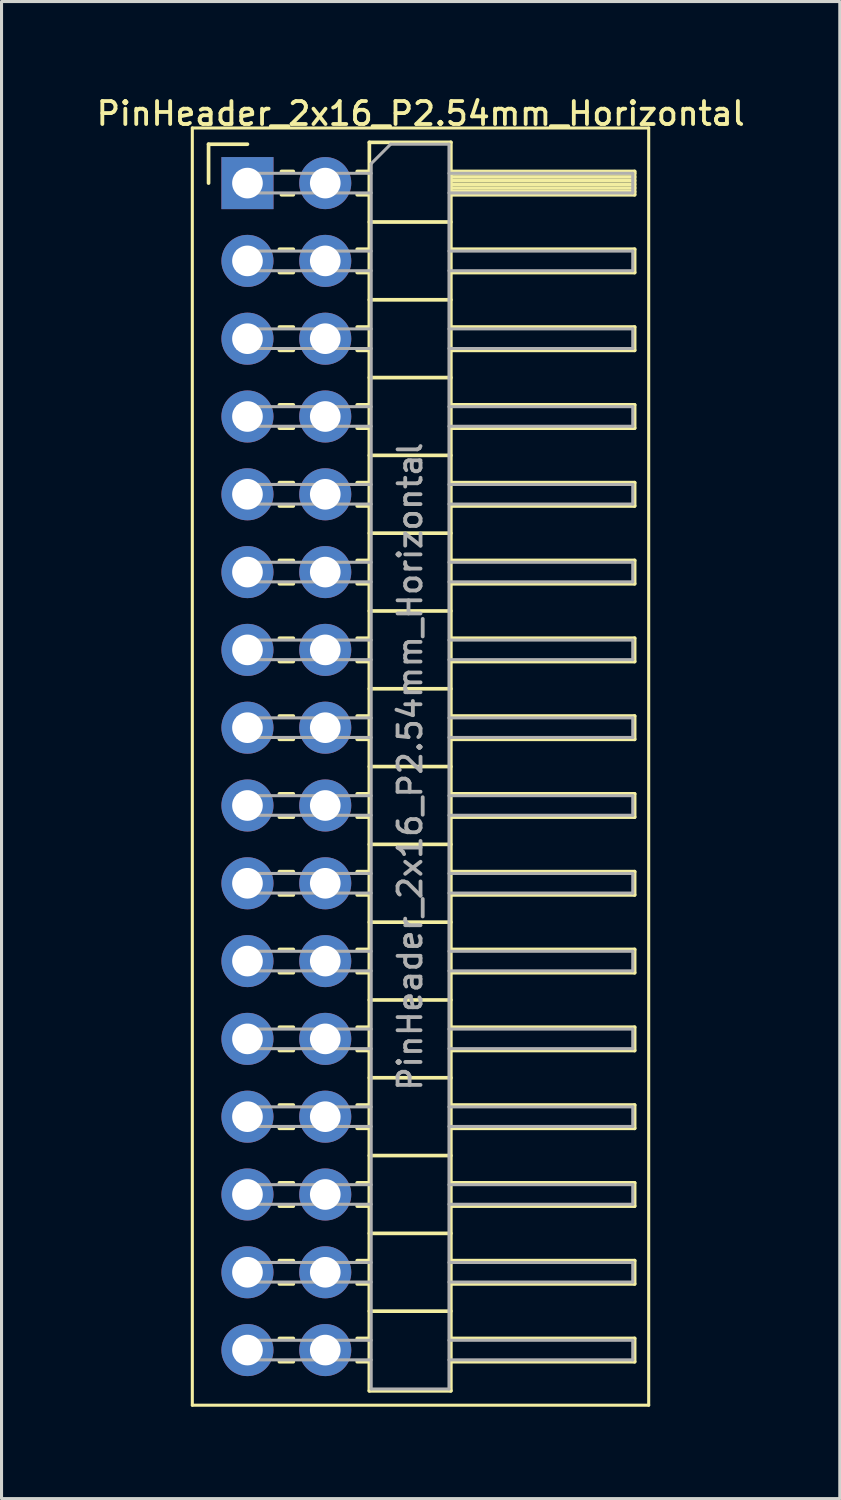
<source format=kicad_pcb>
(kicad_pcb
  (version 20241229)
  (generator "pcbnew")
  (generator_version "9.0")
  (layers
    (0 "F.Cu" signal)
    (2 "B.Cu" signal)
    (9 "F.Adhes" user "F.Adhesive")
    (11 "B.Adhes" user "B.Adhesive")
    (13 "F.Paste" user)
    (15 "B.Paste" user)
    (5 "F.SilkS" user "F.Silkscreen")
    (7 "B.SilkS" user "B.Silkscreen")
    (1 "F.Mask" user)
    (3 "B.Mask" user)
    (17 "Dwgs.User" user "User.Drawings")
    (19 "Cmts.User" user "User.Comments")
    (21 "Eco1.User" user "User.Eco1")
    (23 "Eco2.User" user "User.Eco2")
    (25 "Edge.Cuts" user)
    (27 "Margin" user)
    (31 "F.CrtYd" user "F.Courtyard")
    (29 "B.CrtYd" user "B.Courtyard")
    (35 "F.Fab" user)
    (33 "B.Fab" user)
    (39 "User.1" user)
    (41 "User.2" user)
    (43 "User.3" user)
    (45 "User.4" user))
  (footprint "PinHeader_2x16_P2.54mm_Horizontal"
    (layer "F.Cu")
    (at 5.029 2.928)
    (property "Reference" "PinHeader_2x16_P2.54mm_Horizontal" (at 5.655 -2.27 0) (layer "F.SilkS") (effects (font (size 0.75 0.75) (thickness 0.125))))
    (attr through_hole)
    (fp_line (start -1.8 -1.8) (end -1.8 39.9) (stroke (width 0.1) (type solid)) (layer "F.SilkS"))
    (fp_line (start -1.8 39.9) (end 13.1 39.9) (stroke (width 0.1) (type solid)) (layer "F.SilkS"))
    (fp_line (start -1.27 -1.27) (end 0 -1.27) (stroke (width 0.12) (type solid)) (layer "F.SilkS"))
    (fp_line (start -1.27 0) (end -1.27 -1.27) (stroke (width 0.12) (type solid)) (layer "F.SilkS"))
    (fp_line (start 1.043 2.16) (end 1.497 2.16) (stroke (width 0.12) (type solid)) (layer "F.SilkS"))
    (fp_line (start 1.043 2.92) (end 1.497 2.92) (stroke (width 0.12) (type solid)) (layer "F.SilkS"))
    (fp_line (start 1.043 4.7) (end 1.497 4.7) (stroke (width 0.12) (type solid)) (layer "F.SilkS"))
    (fp_line (start 1.043 5.46) (end 1.497 5.46) (stroke (width 0.12) (type solid)) (layer "F.SilkS"))
    (fp_line (start 1.043 7.24) (end 1.497 7.24) (stroke (width 0.12) (type solid)) (layer "F.SilkS"))
    (fp_line (start 1.043 8) (end 1.497 8) (stroke (width 0.12) (type solid)) (layer "F.SilkS"))
    (fp_line (start 1.043 9.78) (end 1.497 9.78) (stroke (width 0.12) (type solid)) (layer "F.SilkS"))
    (fp_line (start 1.043 10.54) (end 1.497 10.54) (stroke (width 0.12) (type solid)) (layer "F.SilkS"))
    (fp_line (start 1.043 12.32) (end 1.497 12.32) (stroke (width 0.12) (type solid)) (layer "F.SilkS"))
    (fp_line (start 1.043 13.08) (end 1.497 13.08) (stroke (width 0.12) (type solid)) (layer "F.SilkS"))
    (fp_line (start 1.043 14.86) (end 1.497 14.86) (stroke (width 0.12) (type solid)) (layer "F.SilkS"))
    (fp_line (start 1.043 15.62) (end 1.497 15.62) (stroke (width 0.12) (type solid)) (layer "F.SilkS"))
    (fp_line (start 1.043 17.4) (end 1.497 17.4) (stroke (width 0.12) (type solid)) (layer "F.SilkS"))
    (fp_line (start 1.043 18.16) (end 1.497 18.16) (stroke (width 0.12) (type solid)) (layer "F.SilkS"))
    (fp_line (start 1.043 19.94) (end 1.497 19.94) (stroke (width 0.12) (type solid)) (layer "F.SilkS"))
    (fp_line (start 1.043 20.7) (end 1.497 20.7) (stroke (width 0.12) (type solid)) (layer "F.SilkS"))
    (fp_line (start 1.043 22.48) (end 1.497 22.48) (stroke (width 0.12) (type solid)) (layer "F.SilkS"))
    (fp_line (start 1.043 23.24) (end 1.497 23.24) (stroke (width 0.12) (type solid)) (layer "F.SilkS"))
    (fp_line (start 1.043 25.02) (end 1.497 25.02) (stroke (width 0.12) (type solid)) (layer "F.SilkS"))
    (fp_line (start 1.043 25.78) (end 1.497 25.78) (stroke (width 0.12) (type solid)) (layer "F.SilkS"))
    (fp_line (start 1.043 27.56) (end 1.497 27.56) (stroke (width 0.12) (type solid)) (layer "F.SilkS"))
    (fp_line (start 1.043 28.32) (end 1.497 28.32) (stroke (width 0.12) (type solid)) (layer "F.SilkS"))
    (fp_line (start 1.043 30.1) (end 1.497 30.1) (stroke (width 0.12) (type solid)) (layer "F.SilkS"))
    (fp_line (start 1.043 30.86) (end 1.497 30.86) (stroke (width 0.12) (type solid)) (layer "F.SilkS"))
    (fp_line (start 1.043 32.64) (end 1.497 32.64) (stroke (width 0.12) (type solid)) (layer "F.SilkS"))
    (fp_line (start 1.043 33.4) (end 1.497 33.4) (stroke (width 0.12) (type solid)) (layer "F.SilkS"))
    (fp_line (start 1.043 35.18) (end 1.497 35.18) (stroke (width 0.12) (type solid)) (layer "F.SilkS"))
    (fp_line (start 1.043 35.94) (end 1.497 35.94) (stroke (width 0.12) (type solid)) (layer "F.SilkS"))
    (fp_line (start 1.043 37.72) (end 1.497 37.72) (stroke (width 0.12) (type solid)) (layer "F.SilkS"))
    (fp_line (start 1.043 38.48) (end 1.497 38.48) (stroke (width 0.12) (type solid)) (layer "F.SilkS"))
    (fp_line (start 1.11 -0.38) (end 1.497 -0.38) (stroke (width 0.12) (type solid)) (layer "F.SilkS"))
    (fp_line (start 1.11 0.38) (end 1.497 0.38) (stroke (width 0.12) (type solid)) (layer "F.SilkS"))
    (fp_line (start 3.583 -0.38) (end 3.98 -0.38) (stroke (width 0.12) (type solid)) (layer "F.SilkS"))
    (fp_line (start 3.583 0.38) (end 3.98 0.38) (stroke (width 0.12) (type solid)) (layer "F.SilkS"))
    (fp_line (start 3.583 2.16) (end 3.98 2.16) (stroke (width 0.12) (type solid)) (layer "F.SilkS"))
    (fp_line (start 3.583 2.92) (end 3.98 2.92) (stroke (width 0.12) (type solid)) (layer "F.SilkS"))
    (fp_line (start 3.583 4.7) (end 3.98 4.7) (stroke (width 0.12) (type solid)) (layer "F.SilkS"))
    (fp_line (start 3.583 5.46) (end 3.98 5.46) (stroke (width 0.12) (type solid)) (layer "F.SilkS"))
    (fp_line (start 3.583 7.24) (end 3.98 7.24) (stroke (width 0.12) (type solid)) (layer "F.SilkS"))
    (fp_line (start 3.583 8) (end 3.98 8) (stroke (width 0.12) (type solid)) (layer "F.SilkS"))
    (fp_line (start 3.583 9.78) (end 3.98 9.78) (stroke (width 0.12) (type solid)) (layer "F.SilkS"))
    (fp_line (start 3.583 10.54) (end 3.98 10.54) (stroke (width 0.12) (type solid)) (layer "F.SilkS"))
    (fp_line (start 3.583 12.32) (end 3.98 12.32) (stroke (width 0.12) (type solid)) (layer "F.SilkS"))
    (fp_line (start 3.583 13.08) (end 3.98 13.08) (stroke (width 0.12) (type solid)) (layer "F.SilkS"))
    (fp_line (start 3.583 14.86) (end 3.98 14.86) (stroke (width 0.12) (type solid)) (layer "F.SilkS"))
    (fp_line (start 3.583 15.62) (end 3.98 15.62) (stroke (width 0.12) (type solid)) (layer "F.SilkS"))
    (fp_line (start 3.583 17.4) (end 3.98 17.4) (stroke (width 0.12) (type solid)) (layer "F.SilkS"))
    (fp_line (start 3.583 18.16) (end 3.98 18.16) (stroke (width 0.12) (type solid)) (layer "F.SilkS"))
    (fp_line (start 3.583 19.94) (end 3.98 19.94) (stroke (width 0.12) (type solid)) (layer "F.SilkS"))
    (fp_line (start 3.583 20.7) (end 3.98 20.7) (stroke (width 0.12) (type solid)) (layer "F.SilkS"))
    (fp_line (start 3.583 22.48) (end 3.98 22.48) (stroke (width 0.12) (type solid)) (layer "F.SilkS"))
    (fp_line (start 3.583 23.24) (end 3.98 23.24) (stroke (width 0.12) (type solid)) (layer "F.SilkS"))
    (fp_line (start 3.583 25.02) (end 3.98 25.02) (stroke (width 0.12) (type solid)) (layer "F.SilkS"))
    (fp_line (start 3.583 25.78) (end 3.98 25.78) (stroke (width 0.12) (type solid)) (layer "F.SilkS"))
    (fp_line (start 3.583 27.56) (end 3.98 27.56) (stroke (width 0.12) (type solid)) (layer "F.SilkS"))
    (fp_line (start 3.583 28.32) (end 3.98 28.32) (stroke (width 0.12) (type solid)) (layer "F.SilkS"))
    (fp_line (start 3.583 30.1) (end 3.98 30.1) (stroke (width 0.12) (type solid)) (layer "F.SilkS"))
    (fp_line (start 3.583 30.86) (end 3.98 30.86) (stroke (width 0.12) (type solid)) (layer "F.SilkS"))
    (fp_line (start 3.583 32.64) (end 3.98 32.64) (stroke (width 0.12) (type solid)) (layer "F.SilkS"))
    (fp_line (start 3.583 33.4) (end 3.98 33.4) (stroke (width 0.12) (type solid)) (layer "F.SilkS"))
    (fp_line (start 3.583 35.18) (end 3.98 35.18) (stroke (width 0.12) (type solid)) (layer "F.SilkS"))
    (fp_line (start 3.583 35.94) (end 3.98 35.94) (stroke (width 0.12) (type solid)) (layer "F.SilkS"))
    (fp_line (start 3.583 37.72) (end 3.98 37.72) (stroke (width 0.12) (type solid)) (layer "F.SilkS"))
    (fp_line (start 3.583 38.48) (end 3.98 38.48) (stroke (width 0.12) (type solid)) (layer "F.SilkS"))
    (fp_line (start 3.98 -1.33) (end 3.98 39.43) (stroke (width 0.12) (type solid)) (layer "F.SilkS"))
    (fp_line (start 3.98 1.27) (end 6.64 1.27) (stroke (width 0.12) (type solid)) (layer "F.SilkS"))
    (fp_line (start 3.98 3.81) (end 6.64 3.81) (stroke (width 0.12) (type solid)) (layer "F.SilkS"))
    (fp_line (start 3.98 6.35) (end 6.64 6.35) (stroke (width 0.12) (type solid)) (layer "F.SilkS"))
    (fp_line (start 3.98 8.89) (end 6.64 8.89) (stroke (width 0.12) (type solid)) (layer "F.SilkS"))
    (fp_line (start 3.98 11.43) (end 6.64 11.43) (stroke (width 0.12) (type solid)) (layer "F.SilkS"))
    (fp_line (start 3.98 13.97) (end 6.64 13.97) (stroke (width 0.12) (type solid)) (layer "F.SilkS"))
    (fp_line (start 3.98 16.51) (end 6.64 16.51) (stroke (width 0.12) (type solid)) (layer "F.SilkS"))
    (fp_line (start 3.98 19.05) (end 6.64 19.05) (stroke (width 0.12) (type solid)) (layer "F.SilkS"))
    (fp_line (start 3.98 21.59) (end 6.64 21.59) (stroke (width 0.12) (type solid)) (layer "F.SilkS"))
    (fp_line (start 3.98 24.13) (end 6.64 24.13) (stroke (width 0.12) (type solid)) (layer "F.SilkS"))
    (fp_line (start 3.98 26.67) (end 6.64 26.67) (stroke (width 0.12) (type solid)) (layer "F.SilkS"))
    (fp_line (start 3.98 29.21) (end 6.64 29.21) (stroke (width 0.12) (type solid)) (layer "F.SilkS"))
    (fp_line (start 3.98 31.75) (end 6.64 31.75) (stroke (width 0.12) (type solid)) (layer "F.SilkS"))
    (fp_line (start 3.98 34.29) (end 6.64 34.29) (stroke (width 0.12) (type solid)) (layer "F.SilkS"))
    (fp_line (start 3.98 36.83) (end 6.64 36.83) (stroke (width 0.12) (type solid)) (layer "F.SilkS"))
    (fp_line (start 3.98 39.43) (end 6.64 39.43) (stroke (width 0.12) (type solid)) (layer "F.SilkS"))
    (fp_line (start 6.64 -1.33) (end 3.98 -1.33) (stroke (width 0.12) (type solid)) (layer "F.SilkS"))
    (fp_line (start 6.64 -0.38) (end 12.64 -0.38) (stroke (width 0.12) (type solid)) (layer "F.SilkS"))
    (fp_line (start 6.64 -0.32) (end 12.64 -0.32) (stroke (width 0.12) (type solid)) (layer "F.SilkS"))
    (fp_line (start 6.64 -0.2) (end 12.64 -0.2) (stroke (width 0.12) (type solid)) (layer "F.SilkS"))
    (fp_line (start 6.64 -0.08) (end 12.64 -0.08) (stroke (width 0.12) (type solid)) (layer "F.SilkS"))
    (fp_line (start 6.64 0.04) (end 12.64 0.04) (stroke (width 0.12) (type solid)) (layer "F.SilkS"))
    (fp_line (start 6.64 0.16) (end 12.64 0.16) (stroke (width 0.12) (type solid)) (layer "F.SilkS"))
    (fp_line (start 6.64 0.28) (end 12.64 0.28) (stroke (width 0.12) (type solid)) (layer "F.SilkS"))
    (fp_line (start 6.64 2.16) (end 12.64 2.16) (stroke (width 0.12) (type solid)) (layer "F.SilkS"))
    (fp_line (start 6.64 4.7) (end 12.64 4.7) (stroke (width 0.12) (type solid)) (layer "F.SilkS"))
    (fp_line (start 6.64 7.24) (end 12.64 7.24) (stroke (width 0.12) (type solid)) (layer "F.SilkS"))
    (fp_line (start 6.64 9.78) (end 12.64 9.78) (stroke (width 0.12) (type solid)) (layer "F.SilkS"))
    (fp_line (start 6.64 12.32) (end 12.64 12.32) (stroke (width 0.12) (type solid)) (layer "F.SilkS"))
    (fp_line (start 6.64 14.86) (end 12.64 14.86) (stroke (width 0.12) (type solid)) (layer "F.SilkS"))
    (fp_line (start 6.64 17.4) (end 12.64 17.4) (stroke (width 0.12) (type solid)) (layer "F.SilkS"))
    (fp_line (start 6.64 19.94) (end 12.64 19.94) (stroke (width 0.12) (type solid)) (layer "F.SilkS"))
    (fp_line (start 6.64 22.48) (end 12.64 22.48) (stroke (width 0.12) (type solid)) (layer "F.SilkS"))
    (fp_line (start 6.64 25.02) (end 12.64 25.02) (stroke (width 0.12) (type solid)) (layer "F.SilkS"))
    (fp_line (start 6.64 27.56) (end 12.64 27.56) (stroke (width 0.12) (type solid)) (layer "F.SilkS"))
    (fp_line (start 6.64 30.1) (end 12.64 30.1) (stroke (width 0.12) (type solid)) (layer "F.SilkS"))
    (fp_line (start 6.64 32.64) (end 12.64 32.64) (stroke (width 0.12) (type solid)) (layer "F.SilkS"))
    (fp_line (start 6.64 35.18) (end 12.64 35.18) (stroke (width 0.12) (type solid)) (layer "F.SilkS"))
    (fp_line (start 6.64 37.72) (end 12.64 37.72) (stroke (width 0.12) (type solid)) (layer "F.SilkS"))
    (fp_line (start 6.64 39.43) (end 6.64 -1.33) (stroke (width 0.12) (type solid)) (layer "F.SilkS"))
    (fp_line (start 12.64 -0.38) (end 12.64 0.38) (stroke (width 0.12) (type solid)) (layer "F.SilkS"))
    (fp_line (start 12.64 0.38) (end 6.64 0.38) (stroke (width 0.12) (type solid)) (layer "F.SilkS"))
    (fp_line (start 12.64 2.16) (end 12.64 2.92) (stroke (width 0.12) (type solid)) (layer "F.SilkS"))
    (fp_line (start 12.64 2.92) (end 6.64 2.92) (stroke (width 0.12) (type solid)) (layer "F.SilkS"))
    (fp_line (start 12.64 4.7) (end 12.64 5.46) (stroke (width 0.12) (type solid)) (layer "F.SilkS"))
    (fp_line (start 12.64 5.46) (end 6.64 5.46) (stroke (width 0.12) (type solid)) (layer "F.SilkS"))
    (fp_line (start 12.64 7.24) (end 12.64 8) (stroke (width 0.12) (type solid)) (layer "F.SilkS"))
    (fp_line (start 12.64 8) (end 6.64 8) (stroke (width 0.12) (type solid)) (layer "F.SilkS"))
    (fp_line (start 12.64 9.78) (end 12.64 10.54) (stroke (width 0.12) (type solid)) (layer "F.SilkS"))
    (fp_line (start 12.64 10.54) (end 6.64 10.54) (stroke (width 0.12) (type solid)) (layer "F.SilkS"))
    (fp_line (start 12.64 12.32) (end 12.64 13.08) (stroke (width 0.12) (type solid)) (layer "F.SilkS"))
    (fp_line (start 12.64 13.08) (end 6.64 13.08) (stroke (width 0.12) (type solid)) (layer "F.SilkS"))
    (fp_line (start 12.64 14.86) (end 12.64 15.62) (stroke (width 0.12) (type solid)) (layer "F.SilkS"))
    (fp_line (start 12.64 15.62) (end 6.64 15.62) (stroke (width 0.12) (type solid)) (layer "F.SilkS"))
    (fp_line (start 12.64 17.4) (end 12.64 18.16) (stroke (width 0.12) (type solid)) (layer "F.SilkS"))
    (fp_line (start 12.64 18.16) (end 6.64 18.16) (stroke (width 0.12) (type solid)) (layer "F.SilkS"))
    (fp_line (start 12.64 19.94) (end 12.64 20.7) (stroke (width 0.12) (type solid)) (layer "F.SilkS"))
    (fp_line (start 12.64 20.7) (end 6.64 20.7) (stroke (width 0.12) (type solid)) (layer "F.SilkS"))
    (fp_line (start 12.64 22.48) (end 12.64 23.24) (stroke (width 0.12) (type solid)) (layer "F.SilkS"))
    (fp_line (start 12.64 23.24) (end 6.64 23.24) (stroke (width 0.12) (type solid)) (layer "F.SilkS"))
    (fp_line (start 12.64 25.02) (end 12.64 25.78) (stroke (width 0.12) (type solid)) (layer "F.SilkS"))
    (fp_line (start 12.64 25.78) (end 6.64 25.78) (stroke (width 0.12) (type solid)) (layer "F.SilkS"))
    (fp_line (start 12.64 27.56) (end 12.64 28.32) (stroke (width 0.12) (type solid)) (layer "F.SilkS"))
    (fp_line (start 12.64 28.32) (end 6.64 28.32) (stroke (width 0.12) (type solid)) (layer "F.SilkS"))
    (fp_line (start 12.64 30.1) (end 12.64 30.86) (stroke (width 0.12) (type solid)) (layer "F.SilkS"))
    (fp_line (start 12.64 30.86) (end 6.64 30.86) (stroke (width 0.12) (type solid)) (layer "F.SilkS"))
    (fp_line (start 12.64 32.64) (end 12.64 33.4) (stroke (width 0.12) (type solid)) (layer "F.SilkS"))
    (fp_line (start 12.64 33.4) (end 6.64 33.4) (stroke (width 0.12) (type solid)) (layer "F.SilkS"))
    (fp_line (start 12.64 35.18) (end 12.64 35.94) (stroke (width 0.12) (type solid)) (layer "F.SilkS"))
    (fp_line (start 12.64 35.94) (end 6.64 35.94) (stroke (width 0.12) (type solid)) (layer "F.SilkS"))
    (fp_line (start 12.64 37.72) (end 12.64 38.48) (stroke (width 0.12) (type solid)) (layer "F.SilkS"))
    (fp_line (start 12.64 38.48) (end 6.64 38.48) (stroke (width 0.12) (type solid)) (layer "F.SilkS"))
    (fp_line (start 13.1 -1.8) (end -1.8 -1.8) (stroke (width 0.1) (type solid)) (layer "F.SilkS"))
    (fp_line (start 13.1 39.9) (end 13.1 -1.8) (stroke (width 0.1) (type solid)) (layer "F.SilkS"))
    (fp_line (start -0.32 -0.32) (end -0.32 0.32) (stroke (width 0.1) (type solid)) (layer "F.Fab"))
    (fp_line (start -0.32 -0.32) (end 4.04 -0.32) (stroke (width 0.1) (type solid)) (layer "F.Fab"))
    (fp_line (start -0.32 0.32) (end 4.04 0.32) (stroke (width 0.1) (type solid)) (layer "F.Fab"))
    (fp_line (start -0.32 2.22) (end -0.32 2.86) (stroke (width 0.1) (type solid)) (layer "F.Fab"))
    (fp_line (start -0.32 2.22) (end 4.04 2.22) (stroke (width 0.1) (type solid)) (layer "F.Fab"))
    (fp_line (start -0.32 2.86) (end 4.04 2.86) (stroke (width 0.1) (type solid)) (layer "F.Fab"))
    (fp_line (start -0.32 4.76) (end -0.32 5.4) (stroke (width 0.1) (type solid)) (layer "F.Fab"))
    (fp_line (start -0.32 4.76) (end 4.04 4.76) (stroke (width 0.1) (type solid)) (layer "F.Fab"))
    (fp_line (start -0.32 5.4) (end 4.04 5.4) (stroke (width 0.1) (type solid)) (layer "F.Fab"))
    (fp_line (start -0.32 7.3) (end -0.32 7.94) (stroke (width 0.1) (type solid)) (layer "F.Fab"))
    (fp_line (start -0.32 7.3) (end 4.04 7.3) (stroke (width 0.1) (type solid)) (layer "F.Fab"))
    (fp_line (start -0.32 7.94) (end 4.04 7.94) (stroke (width 0.1) (type solid)) (layer "F.Fab"))
    (fp_line (start -0.32 9.84) (end -0.32 10.48) (stroke (width 0.1) (type solid)) (layer "F.Fab"))
    (fp_line (start -0.32 9.84) (end 4.04 9.84) (stroke (width 0.1) (type solid)) (layer "F.Fab"))
    (fp_line (start -0.32 10.48) (end 4.04 10.48) (stroke (width 0.1) (type solid)) (layer "F.Fab"))
    (fp_line (start -0.32 12.38) (end -0.32 13.02) (stroke (width 0.1) (type solid)) (layer "F.Fab"))
    (fp_line (start -0.32 12.38) (end 4.04 12.38) (stroke (width 0.1) (type solid)) (layer "F.Fab"))
    (fp_line (start -0.32 13.02) (end 4.04 13.02) (stroke (width 0.1) (type solid)) (layer "F.Fab"))
    (fp_line (start -0.32 14.92) (end -0.32 15.56) (stroke (width 0.1) (type solid)) (layer "F.Fab"))
    (fp_line (start -0.32 14.92) (end 4.04 14.92) (stroke (width 0.1) (type solid)) (layer "F.Fab"))
    (fp_line (start -0.32 15.56) (end 4.04 15.56) (stroke (width 0.1) (type solid)) (layer "F.Fab"))
    (fp_line (start -0.32 17.46) (end -0.32 18.1) (stroke (width 0.1) (type solid)) (layer "F.Fab"))
    (fp_line (start -0.32 17.46) (end 4.04 17.46) (stroke (width 0.1) (type solid)) (layer "F.Fab"))
    (fp_line (start -0.32 18.1) (end 4.04 18.1) (stroke (width 0.1) (type solid)) (layer "F.Fab"))
    (fp_line (start -0.32 20) (end -0.32 20.64) (stroke (width 0.1) (type solid)) (layer "F.Fab"))
    (fp_line (start -0.32 20) (end 4.04 20) (stroke (width 0.1) (type solid)) (layer "F.Fab"))
    (fp_line (start -0.32 20.64) (end 4.04 20.64) (stroke (width 0.1) (type solid)) (layer "F.Fab"))
    (fp_line (start -0.32 22.54) (end -0.32 23.18) (stroke (width 0.1) (type solid)) (layer "F.Fab"))
    (fp_line (start -0.32 22.54) (end 4.04 22.54) (stroke (width 0.1) (type solid)) (layer "F.Fab"))
    (fp_line (start -0.32 23.18) (end 4.04 23.18) (stroke (width 0.1) (type solid)) (layer "F.Fab"))
    (fp_line (start -0.32 25.08) (end -0.32 25.72) (stroke (width 0.1) (type solid)) (layer "F.Fab"))
    (fp_line (start -0.32 25.08) (end 4.04 25.08) (stroke (width 0.1) (type solid)) (layer "F.Fab"))
    (fp_line (start -0.32 25.72) (end 4.04 25.72) (stroke (width 0.1) (type solid)) (layer "F.Fab"))
    (fp_line (start -0.32 27.62) (end -0.32 28.26) (stroke (width 0.1) (type solid)) (layer "F.Fab"))
    (fp_line (start -0.32 27.62) (end 4.04 27.62) (stroke (width 0.1) (type solid)) (layer "F.Fab"))
    (fp_line (start -0.32 28.26) (end 4.04 28.26) (stroke (width 0.1) (type solid)) (layer "F.Fab"))
    (fp_line (start -0.32 30.16) (end -0.32 30.8) (stroke (width 0.1) (type solid)) (layer "F.Fab"))
    (fp_line (start -0.32 30.16) (end 4.04 30.16) (stroke (width 0.1) (type solid)) (layer "F.Fab"))
    (fp_line (start -0.32 30.8) (end 4.04 30.8) (stroke (width 0.1) (type solid)) (layer "F.Fab"))
    (fp_line (start -0.32 32.7) (end -0.32 33.34) (stroke (width 0.1) (type solid)) (layer "F.Fab"))
    (fp_line (start -0.32 32.7) (end 4.04 32.7) (stroke (width 0.1) (type solid)) (layer "F.Fab"))
    (fp_line (start -0.32 33.34) (end 4.04 33.34) (stroke (width 0.1) (type solid)) (layer "F.Fab"))
    (fp_line (start -0.32 35.24) (end -0.32 35.88) (stroke (width 0.1) (type solid)) (layer "F.Fab"))
    (fp_line (start -0.32 35.24) (end 4.04 35.24) (stroke (width 0.1) (type solid)) (layer "F.Fab"))
    (fp_line (start -0.32 35.88) (end 4.04 35.88) (stroke (width 0.1) (type solid)) (layer "F.Fab"))
    (fp_line (start -0.32 37.78) (end -0.32 38.42) (stroke (width 0.1) (type solid)) (layer "F.Fab"))
    (fp_line (start -0.32 37.78) (end 4.04 37.78) (stroke (width 0.1) (type solid)) (layer "F.Fab"))
    (fp_line (start -0.32 38.42) (end 4.04 38.42) (stroke (width 0.1) (type solid)) (layer "F.Fab"))
    (fp_line (start 4.04 -0.635) (end 4.675 -1.27) (stroke (width 0.1) (type solid)) (layer "F.Fab"))
    (fp_line (start 4.04 39.37) (end 4.04 -0.635) (stroke (width 0.1) (type solid)) (layer "F.Fab"))
    (fp_line (start 4.675 -1.27) (end 6.58 -1.27) (stroke (width 0.1) (type solid)) (layer "F.Fab"))
    (fp_line (start 6.58 -1.27) (end 6.58 39.37) (stroke (width 0.1) (type solid)) (layer "F.Fab"))
    (fp_line (start 6.58 -0.32) (end 12.58 -0.32) (stroke (width 0.1) (type solid)) (layer "F.Fab"))
    (fp_line (start 6.58 0.32) (end 12.58 0.32) (stroke (width 0.1) (type solid)) (layer "F.Fab"))
    (fp_line (start 6.58 2.22) (end 12.58 2.22) (stroke (width 0.1) (type solid)) (layer "F.Fab"))
    (fp_line (start 6.58 2.86) (end 12.58 2.86) (stroke (width 0.1) (type solid)) (layer "F.Fab"))
    (fp_line (start 6.58 4.76) (end 12.58 4.76) (stroke (width 0.1) (type solid)) (layer "F.Fab"))
    (fp_line (start 6.58 5.4) (end 12.58 5.4) (stroke (width 0.1) (type solid)) (layer "F.Fab"))
    (fp_line (start 6.58 7.3) (end 12.58 7.3) (stroke (width 0.1) (type solid)) (layer "F.Fab"))
    (fp_line (start 6.58 7.94) (end 12.58 7.94) (stroke (width 0.1) (type solid)) (layer "F.Fab"))
    (fp_line (start 6.58 9.84) (end 12.58 9.84) (stroke (width 0.1) (type solid)) (layer "F.Fab"))
    (fp_line (start 6.58 10.48) (end 12.58 10.48) (stroke (width 0.1) (type solid)) (layer "F.Fab"))
    (fp_line (start 6.58 12.38) (end 12.58 12.38) (stroke (width 0.1) (type solid)) (layer "F.Fab"))
    (fp_line (start 6.58 13.02) (end 12.58 13.02) (stroke (width 0.1) (type solid)) (layer "F.Fab"))
    (fp_line (start 6.58 14.92) (end 12.58 14.92) (stroke (width 0.1) (type solid)) (layer "F.Fab"))
    (fp_line (start 6.58 15.56) (end 12.58 15.56) (stroke (width 0.1) (type solid)) (layer "F.Fab"))
    (fp_line (start 6.58 17.46) (end 12.58 17.46) (stroke (width 0.1) (type solid)) (layer "F.Fab"))
    (fp_line (start 6.58 18.1) (end 12.58 18.1) (stroke (width 0.1) (type solid)) (layer "F.Fab"))
    (fp_line (start 6.58 20) (end 12.58 20) (stroke (width 0.1) (type solid)) (layer "F.Fab"))
    (fp_line (start 6.58 20.64) (end 12.58 20.64) (stroke (width 0.1) (type solid)) (layer "F.Fab"))
    (fp_line (start 6.58 22.54) (end 12.58 22.54) (stroke (width 0.1) (type solid)) (layer "F.Fab"))
    (fp_line (start 6.58 23.18) (end 12.58 23.18) (stroke (width 0.1) (type solid)) (layer "F.Fab"))
    (fp_line (start 6.58 25.08) (end 12.58 25.08) (stroke (width 0.1) (type solid)) (layer "F.Fab"))
    (fp_line (start 6.58 25.72) (end 12.58 25.72) (stroke (width 0.1) (type solid)) (layer "F.Fab"))
    (fp_line (start 6.58 27.62) (end 12.58 27.62) (stroke (width 0.1) (type solid)) (layer "F.Fab"))
    (fp_line (start 6.58 28.26) (end 12.58 28.26) (stroke (width 0.1) (type solid)) (layer "F.Fab"))
    (fp_line (start 6.58 30.16) (end 12.58 30.16) (stroke (width 0.1) (type solid)) (layer "F.Fab"))
    (fp_line (start 6.58 30.8) (end 12.58 30.8) (stroke (width 0.1) (type solid)) (layer "F.Fab"))
    (fp_line (start 6.58 32.7) (end 12.58 32.7) (stroke (width 0.1) (type solid)) (layer "F.Fab"))
    (fp_line (start 6.58 33.34) (end 12.58 33.34) (stroke (width 0.1) (type solid)) (layer "F.Fab"))
    (fp_line (start 6.58 35.24) (end 12.58 35.24) (stroke (width 0.1) (type solid)) (layer "F.Fab"))
    (fp_line (start 6.58 35.88) (end 12.58 35.88) (stroke (width 0.1) (type solid)) (layer "F.Fab"))
    (fp_line (start 6.58 37.78) (end 12.58 37.78) (stroke (width 0.1) (type solid)) (layer "F.Fab"))
    (fp_line (start 6.58 38.42) (end 12.58 38.42) (stroke (width 0.1) (type solid)) (layer "F.Fab"))
    (fp_line (start 6.58 39.37) (end 4.04 39.37) (stroke (width 0.1) (type solid)) (layer "F.Fab"))
    (fp_line (start 12.58 -0.32) (end 12.58 0.32) (stroke (width 0.1) (type solid)) (layer "F.Fab"))
    (fp_line (start 12.58 2.22) (end 12.58 2.86) (stroke (width 0.1) (type solid)) (layer "F.Fab"))
    (fp_line (start 12.58 4.76) (end 12.58 5.4) (stroke (width 0.1) (type solid)) (layer "F.Fab"))
    (fp_line (start 12.58 7.3) (end 12.58 7.94) (stroke (width 0.1) (type solid)) (layer "F.Fab"))
    (fp_line (start 12.58 9.84) (end 12.58 10.48) (stroke (width 0.1) (type solid)) (layer "F.Fab"))
    (fp_line (start 12.58 12.38) (end 12.58 13.02) (stroke (width 0.1) (type solid)) (layer "F.Fab"))
    (fp_line (start 12.58 14.92) (end 12.58 15.56) (stroke (width 0.1) (type solid)) (layer "F.Fab"))
    (fp_line (start 12.58 17.46) (end 12.58 18.1) (stroke (width 0.1) (type solid)) (layer "F.Fab"))
    (fp_line (start 12.58 20) (end 12.58 20.64) (stroke (width 0.1) (type solid)) (layer "F.Fab"))
    (fp_line (start 12.58 22.54) (end 12.58 23.18) (stroke (width 0.1) (type solid)) (layer "F.Fab"))
    (fp_line (start 12.58 25.08) (end 12.58 25.72) (stroke (width 0.1) (type solid)) (layer "F.Fab"))
    (fp_line (start 12.58 27.62) (end 12.58 28.26) (stroke (width 0.1) (type solid)) (layer "F.Fab"))
    (fp_line (start 12.58 30.16) (end 12.58 30.8) (stroke (width 0.1) (type solid)) (layer "F.Fab"))
    (fp_line (start 12.58 32.7) (end 12.58 33.34) (stroke (width 0.1) (type solid)) (layer "F.Fab"))
    (fp_line (start 12.58 35.24) (end 12.58 35.88) (stroke (width 0.1) (type solid)) (layer "F.Fab"))
    (fp_line (start 12.58 37.78) (end 12.58 38.42) (stroke (width 0.1) (type solid)) (layer "F.Fab"))
    (fp_text user "${REFERENCE}" (at 5.31 19.05 90) (layer "F.Fab") (effects (font (size 0.75 0.75) (thickness 0.125))))
    (pad "1" thru_hole rect (at 0 0) (size 1.7 1.7) (drill 1) (layers "*.Cu" "*.Mask"))
    (pad "2" thru_hole oval (at 2.54 0) (size 1.7 1.7) (drill 1) (layers "*.Cu" "*.Mask"))
    (pad "3" thru_hole oval (at 0 2.54) (size 1.7 1.7) (drill 1) (layers "*.Cu" "*.Mask"))
    (pad "4" thru_hole oval (at 2.54 2.54) (size 1.7 1.7) (drill 1) (layers "*.Cu" "*.Mask"))
    (pad "5" thru_hole oval (at 0 5.08) (size 1.7 1.7) (drill 1) (layers "*.Cu" "*.Mask"))
    (pad "6" thru_hole oval (at 2.54 5.08) (size 1.7 1.7) (drill 1) (layers "*.Cu" "*.Mask"))
    (pad "7" thru_hole oval (at 0 7.62) (size 1.7 1.7) (drill 1) (layers "*.Cu" "*.Mask"))
    (pad "8" thru_hole oval (at 2.54 7.62) (size 1.7 1.7) (drill 1) (layers "*.Cu" "*.Mask"))
    (pad "9" thru_hole oval (at 0 10.16) (size 1.7 1.7) (drill 1) (layers "*.Cu" "*.Mask"))
    (pad "10" thru_hole oval (at 2.54 10.16) (size 1.7 1.7) (drill 1) (layers "*.Cu" "*.Mask"))
    (pad "11" thru_hole oval (at 0 12.7) (size 1.7 1.7) (drill 1) (layers "*.Cu" "*.Mask"))
    (pad "12" thru_hole oval (at 2.54 12.7) (size 1.7 1.7) (drill 1) (layers "*.Cu" "*.Mask"))
    (pad "13" thru_hole oval (at 0 15.24) (size 1.7 1.7) (drill 1) (layers "*.Cu" "*.Mask"))
    (pad "14" thru_hole oval (at 2.54 15.24) (size 1.7 1.7) (drill 1) (layers "*.Cu" "*.Mask"))
    (pad "15" thru_hole oval (at 0 17.78) (size 1.7 1.7) (drill 1) (layers "*.Cu" "*.Mask"))
    (pad "16" thru_hole oval (at 2.54 17.78) (size 1.7 1.7) (drill 1) (layers "*.Cu" "*.Mask"))
    (pad "17" thru_hole oval (at 0 20.32) (size 1.7 1.7) (drill 1) (layers "*.Cu" "*.Mask"))
    (pad "18" thru_hole oval (at 2.54 20.32) (size 1.7 1.7) (drill 1) (layers "*.Cu" "*.Mask"))
    (pad "19" thru_hole oval (at 0 22.86) (size 1.7 1.7) (drill 1) (layers "*.Cu" "*.Mask"))
    (pad "20" thru_hole oval (at 2.54 22.86) (size 1.7 1.7) (drill 1) (layers "*.Cu" "*.Mask"))
    (pad "21" thru_hole oval (at 0 25.4) (size 1.7 1.7) (drill 1) (layers "*.Cu" "*.Mask"))
    (pad "22" thru_hole oval (at 2.54 25.4) (size 1.7 1.7) (drill 1) (layers "*.Cu" "*.Mask"))
    (pad "23" thru_hole oval (at 0 27.94) (size 1.7 1.7) (drill 1) (layers "*.Cu" "*.Mask"))
    (pad "24" thru_hole oval (at 2.54 27.94) (size 1.7 1.7) (drill 1) (layers "*.Cu" "*.Mask"))
    (pad "25" thru_hole oval (at 0 30.48) (size 1.7 1.7) (drill 1) (layers "*.Cu" "*.Mask"))
    (pad "26" thru_hole oval (at 2.54 30.48) (size 1.7 1.7) (drill 1) (layers "*.Cu" "*.Mask"))
    (pad "27" thru_hole oval (at 0 33.02) (size 1.7 1.7) (drill 1) (layers "*.Cu" "*.Mask"))
    (pad "28" thru_hole oval (at 2.54 33.02) (size 1.7 1.7) (drill 1) (layers "*.Cu" "*.Mask"))
    (pad "29" thru_hole oval (at 0 35.56) (size 1.7 1.7) (drill 1) (layers "*.Cu" "*.Mask"))
    (pad "30" thru_hole oval (at 2.54 35.56) (size 1.7 1.7) (drill 1) (layers "*.Cu" "*.Mask"))
    (pad "31" thru_hole oval (at 0 38.1) (size 1.7 1.7) (drill 1) (layers "*.Cu" "*.Mask"))
    (pad "32" thru_hole oval (at 2.54 38.1) (size 1.7 1.7) (drill 1) (layers "*.Cu" "*.Mask")))
  (gr_rect
    (start -3 -3)
    (end 24.368 45.878)
    (stroke (width 0.1) (type default))
    (fill no)
    (layer "Edge.Cuts")))
</source>
